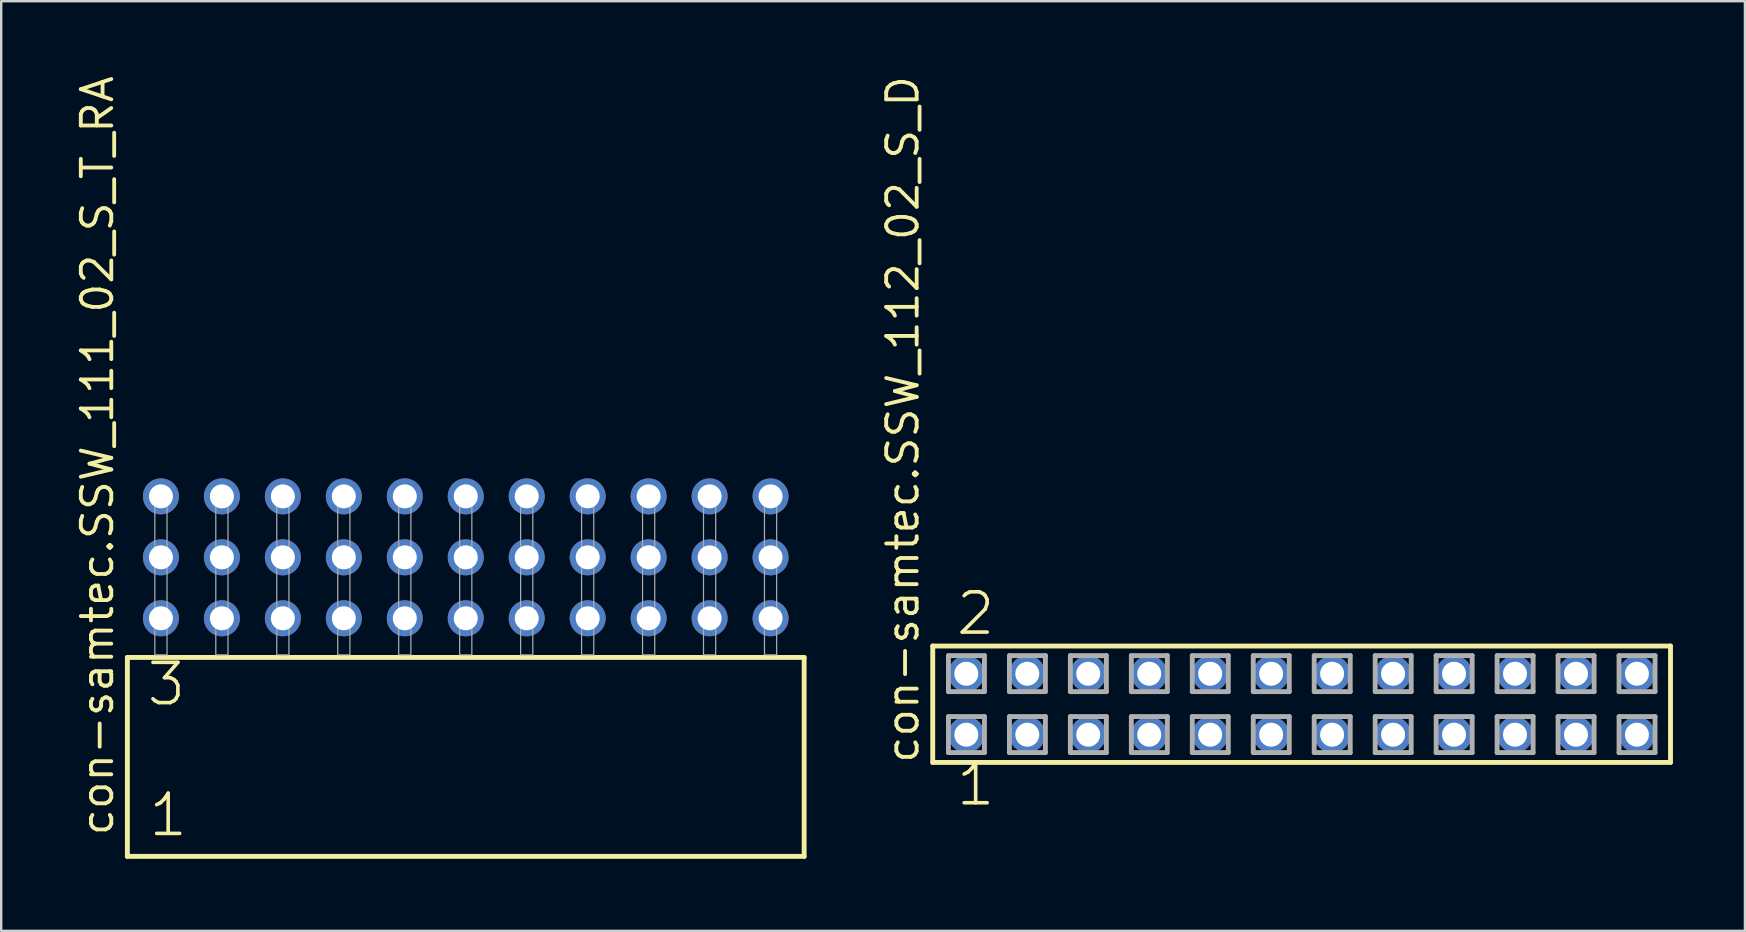
<source format=kicad_pcb>
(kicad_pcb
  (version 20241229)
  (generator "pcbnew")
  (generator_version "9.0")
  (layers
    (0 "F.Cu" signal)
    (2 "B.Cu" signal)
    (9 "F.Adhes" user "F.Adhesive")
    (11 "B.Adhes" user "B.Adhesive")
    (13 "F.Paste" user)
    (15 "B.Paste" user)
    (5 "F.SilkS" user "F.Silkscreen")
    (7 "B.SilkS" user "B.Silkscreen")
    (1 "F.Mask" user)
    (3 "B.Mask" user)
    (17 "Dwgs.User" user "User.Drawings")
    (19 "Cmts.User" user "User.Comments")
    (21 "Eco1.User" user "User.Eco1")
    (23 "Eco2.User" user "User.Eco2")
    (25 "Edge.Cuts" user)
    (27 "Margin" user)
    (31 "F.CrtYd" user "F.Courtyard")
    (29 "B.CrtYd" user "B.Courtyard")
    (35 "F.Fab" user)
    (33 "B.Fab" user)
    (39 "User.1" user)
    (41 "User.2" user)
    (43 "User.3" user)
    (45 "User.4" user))
  (footprint "con-samtec.SSW_111_02_S_T_RA"
    (layer "F.Cu")
    (at 16.355 24.235)
    (property "Reference" "con-samtec.SSW_111_02_S_T_RA" (at -14.605 7.62 90) (layer "F.SilkS") (effects (font (size 1.27 1.27) (thickness 0.16)) (justify left bottom)))
    (attr through_hole)
    (fp_line (start -14.099 0.106) (end -14.099 8.396) (stroke (width 0.203) (type default)) (layer "F.SilkS"))
    (fp_line (start -14.099 8.396) (end 14.099 8.396) (stroke (width 0.203) (type default)) (layer "F.SilkS"))
    (fp_line (start 14.099 0.106) (end -14.099 0.106) (stroke (width 0.203) (type default)) (layer "F.SilkS"))
    (fp_line (start 14.099 8.396) (end 14.099 0.106) (stroke (width 0.203) (type default)) (layer "F.SilkS"))
    (fp_rect (start -12.954 0) (end -12.446 -6.858) (stroke (width 0.05) (type default)) (fill no) (layer "F.Fab"))
    (fp_rect (start -10.414 0) (end -9.906 -6.858) (stroke (width 0.05) (type default)) (fill no) (layer "F.Fab"))
    (fp_rect (start -7.874 0) (end -7.366 -6.858) (stroke (width 0.05) (type default)) (fill no) (layer "F.Fab"))
    (fp_rect (start -5.334 0) (end -4.826 -6.858) (stroke (width 0.05) (type default)) (fill no) (layer "F.Fab"))
    (fp_rect (start -2.794 0) (end -2.286 -6.858) (stroke (width 0.05) (type default)) (fill no) (layer "F.Fab"))
    (fp_rect (start -0.254 0) (end 0.254 -6.858) (stroke (width 0.05) (type default)) (fill no) (layer "F.Fab"))
    (fp_rect (start 2.286 0) (end 2.794 -6.858) (stroke (width 0.05) (type default)) (fill no) (layer "F.Fab"))
    (fp_rect (start 4.826 0) (end 5.334 -6.858) (stroke (width 0.05) (type default)) (fill no) (layer "F.Fab"))
    (fp_rect (start 7.366 0) (end 7.874 -6.858) (stroke (width 0.05) (type default)) (fill no) (layer "F.Fab"))
    (fp_rect (start 9.906 0) (end 10.414 -6.858) (stroke (width 0.05) (type default)) (fill no) (layer "F.Fab"))
    (fp_rect (start 12.446 0) (end 12.954 -6.858) (stroke (width 0.05) (type default)) (fill no) (layer "F.Fab"))
    (fp_text user "1" (at -13.295 7.65 0) (layer "F.SilkS") (effects (font (size 1.676 1.676) (thickness 0.15)) (justify left bottom)))
    (fp_text user "3" (at -13.37 2.2 0) (layer "F.SilkS") (effects (font (size 1.676 1.676) (thickness 0.15)) (justify left bottom)))
    (pad "1" thru_hole circle (at -12.7 -1.524) (size 1.5 1.5) (drill 1) (layers "*.Cu" "*.Mask"))
    (pad "2" thru_hole circle (at -12.7 -4.064) (size 1.5 1.5) (drill 1) (layers "*.Cu" "*.Mask"))
    (pad "3" thru_hole circle (at -12.7 -6.604) (size 1.5 1.5) (drill 1) (layers "*.Cu" "*.Mask"))
    (pad "4" thru_hole circle (at -10.16 -1.524) (size 1.5 1.5) (drill 1) (layers "*.Cu" "*.Mask"))
    (pad "5" thru_hole circle (at -10.16 -4.064) (size 1.5 1.5) (drill 1) (layers "*.Cu" "*.Mask"))
    (pad "6" thru_hole circle (at -10.16 -6.604) (size 1.5 1.5) (drill 1) (layers "*.Cu" "*.Mask"))
    (pad "7" thru_hole circle (at -7.62 -1.524) (size 1.5 1.5) (drill 1) (layers "*.Cu" "*.Mask"))
    (pad "8" thru_hole circle (at -7.62 -4.064) (size 1.5 1.5) (drill 1) (layers "*.Cu" "*.Mask"))
    (pad "9" thru_hole circle (at -7.62 -6.604) (size 1.5 1.5) (drill 1) (layers "*.Cu" "*.Mask"))
    (pad "10" thru_hole circle (at -5.08 -1.524) (size 1.5 1.5) (drill 1) (layers "*.Cu" "*.Mask"))
    (pad "11" thru_hole circle (at -5.08 -4.064) (size 1.5 1.5) (drill 1) (layers "*.Cu" "*.Mask"))
    (pad "12" thru_hole circle (at -5.08 -6.604) (size 1.5 1.5) (drill 1) (layers "*.Cu" "*.Mask"))
    (pad "13" thru_hole circle (at -2.54 -1.524) (size 1.5 1.5) (drill 1) (layers "*.Cu" "*.Mask"))
    (pad "14" thru_hole circle (at -2.54 -4.064) (size 1.5 1.5) (drill 1) (layers "*.Cu" "*.Mask"))
    (pad "15" thru_hole circle (at -2.54 -6.604) (size 1.5 1.5) (drill 1) (layers "*.Cu" "*.Mask"))
    (pad "16" thru_hole circle (at 0 -1.524) (size 1.5 1.5) (drill 1) (layers "*.Cu" "*.Mask"))
    (pad "17" thru_hole circle (at 0 -4.064) (size 1.5 1.5) (drill 1) (layers "*.Cu" "*.Mask"))
    (pad "18" thru_hole circle (at 0 -6.604) (size 1.5 1.5) (drill 1) (layers "*.Cu" "*.Mask"))
    (pad "19" thru_hole circle (at 2.54 -1.524) (size 1.5 1.5) (drill 1) (layers "*.Cu" "*.Mask"))
    (pad "20" thru_hole circle (at 2.54 -4.064) (size 1.5 1.5) (drill 1) (layers "*.Cu" "*.Mask"))
    (pad "21" thru_hole circle (at 2.54 -6.604) (size 1.5 1.5) (drill 1) (layers "*.Cu" "*.Mask"))
    (pad "22" thru_hole circle (at 5.08 -1.524) (size 1.5 1.5) (drill 1) (layers "*.Cu" "*.Mask"))
    (pad "23" thru_hole circle (at 5.08 -4.064) (size 1.5 1.5) (drill 1) (layers "*.Cu" "*.Mask"))
    (pad "24" thru_hole circle (at 5.08 -6.604) (size 1.5 1.5) (drill 1) (layers "*.Cu" "*.Mask"))
    (pad "25" thru_hole circle (at 7.62 -1.524) (size 1.5 1.5) (drill 1) (layers "*.Cu" "*.Mask"))
    (pad "26" thru_hole circle (at 7.62 -4.064) (size 1.5 1.5) (drill 1) (layers "*.Cu" "*.Mask"))
    (pad "27" thru_hole circle (at 7.62 -6.604) (size 1.5 1.5) (drill 1) (layers "*.Cu" "*.Mask"))
    (pad "28" thru_hole circle (at 10.16 -1.524) (size 1.5 1.5) (drill 1) (layers "*.Cu" "*.Mask"))
    (pad "29" thru_hole circle (at 10.16 -4.064) (size 1.5 1.5) (drill 1) (layers "*.Cu" "*.Mask"))
    (pad "30" thru_hole circle (at 10.16 -6.604) (size 1.5 1.5) (drill 1) (layers "*.Cu" "*.Mask"))
    (pad "31" thru_hole circle (at 12.7 -1.524) (size 1.5 1.5) (drill 1) (layers "*.Cu" "*.Mask"))
    (pad "32" thru_hole circle (at 12.7 -4.064) (size 1.5 1.5) (drill 1) (layers "*.Cu" "*.Mask"))
    (pad "33" thru_hole circle (at 12.7 -6.604) (size 1.5 1.5) (drill 1) (layers "*.Cu" "*.Mask")))
  (footprint "con-samtec.SSW_112_02_S_D"
    (layer "F.Cu")
    (at 51.181 26.291)
    (property "Reference" "con-samtec.SSW_112_02_S_D" (at -15.875 2.54 90) (layer "F.SilkS") (effects (font (size 1.27 1.27) (thickness 0.16)) (justify left bottom)))
    (attr through_hole)
    (fp_line (start -15.369 -2.425) (end 15.369 -2.425) (stroke (width 0.203) (type default)) (layer "F.SilkS"))
    (fp_line (start -15.369 2.425) (end -15.369 -2.425) (stroke (width 0.203) (type default)) (layer "F.SilkS"))
    (fp_line (start 15.369 -2.425) (end 15.369 2.425) (stroke (width 0.203) (type default)) (layer "F.SilkS"))
    (fp_line (start 15.369 2.425) (end -15.369 2.425) (stroke (width 0.203) (type default)) (layer "F.SilkS"))
    (fp_line (start -14.715 -2.025) (end -13.215 -2.025) (stroke (width 0.203) (type default)) (layer "F.Fab"))
    (fp_line (start -14.715 -0.525) (end -14.715 -2.025) (stroke (width 0.203) (type default)) (layer "F.Fab"))
    (fp_line (start -14.715 0.515) (end -13.215 0.515) (stroke (width 0.203) (type default)) (layer "F.Fab"))
    (fp_line (start -14.715 2.015) (end -14.715 0.515) (stroke (width 0.203) (type default)) (layer "F.Fab"))
    (fp_line (start -13.215 -2.025) (end -13.215 -0.525) (stroke (width 0.203) (type default)) (layer "F.Fab"))
    (fp_line (start -13.215 -0.525) (end -14.715 -0.525) (stroke (width 0.203) (type default)) (layer "F.Fab"))
    (fp_line (start -13.215 0.515) (end -13.215 2.015) (stroke (width 0.203) (type default)) (layer "F.Fab"))
    (fp_line (start -13.215 2.015) (end -14.715 2.015) (stroke (width 0.203) (type default)) (layer "F.Fab"))
    (fp_line (start -12.175 -2.025) (end -10.675 -2.025) (stroke (width 0.203) (type default)) (layer "F.Fab"))
    (fp_line (start -12.175 -0.525) (end -12.175 -2.025) (stroke (width 0.203) (type default)) (layer "F.Fab"))
    (fp_line (start -12.175 0.515) (end -10.675 0.515) (stroke (width 0.203) (type default)) (layer "F.Fab"))
    (fp_line (start -12.175 2.015) (end -12.175 0.515) (stroke (width 0.203) (type default)) (layer "F.Fab"))
    (fp_line (start -10.675 -2.025) (end -10.675 -0.525) (stroke (width 0.203) (type default)) (layer "F.Fab"))
    (fp_line (start -10.675 -0.525) (end -12.175 -0.525) (stroke (width 0.203) (type default)) (layer "F.Fab"))
    (fp_line (start -10.675 0.515) (end -10.675 2.015) (stroke (width 0.203) (type default)) (layer "F.Fab"))
    (fp_line (start -10.675 2.015) (end -12.175 2.015) (stroke (width 0.203) (type default)) (layer "F.Fab"))
    (fp_line (start -9.635 -2.025) (end -8.135 -2.025) (stroke (width 0.203) (type default)) (layer "F.Fab"))
    (fp_line (start -9.635 -0.525) (end -9.635 -2.025) (stroke (width 0.203) (type default)) (layer "F.Fab"))
    (fp_line (start -9.635 0.515) (end -8.135 0.515) (stroke (width 0.203) (type default)) (layer "F.Fab"))
    (fp_line (start -9.635 2.015) (end -9.635 0.515) (stroke (width 0.203) (type default)) (layer "F.Fab"))
    (fp_line (start -8.135 -2.025) (end -8.135 -0.525) (stroke (width 0.203) (type default)) (layer "F.Fab"))
    (fp_line (start -8.135 -0.525) (end -9.635 -0.525) (stroke (width 0.203) (type default)) (layer "F.Fab"))
    (fp_line (start -8.135 0.515) (end -8.135 2.015) (stroke (width 0.203) (type default)) (layer "F.Fab"))
    (fp_line (start -8.135 2.015) (end -9.635 2.015) (stroke (width 0.203) (type default)) (layer "F.Fab"))
    (fp_line (start -7.095 -2.025) (end -5.595 -2.025) (stroke (width 0.203) (type default)) (layer "F.Fab"))
    (fp_line (start -7.095 -0.525) (end -7.095 -2.025) (stroke (width 0.203) (type default)) (layer "F.Fab"))
    (fp_line (start -7.095 0.515) (end -5.595 0.515) (stroke (width 0.203) (type default)) (layer "F.Fab"))
    (fp_line (start -7.095 2.015) (end -7.095 0.515) (stroke (width 0.203) (type default)) (layer "F.Fab"))
    (fp_line (start -5.595 -2.025) (end -5.595 -0.525) (stroke (width 0.203) (type default)) (layer "F.Fab"))
    (fp_line (start -5.595 -0.525) (end -7.095 -0.525) (stroke (width 0.203) (type default)) (layer "F.Fab"))
    (fp_line (start -5.595 0.515) (end -5.595 2.015) (stroke (width 0.203) (type default)) (layer "F.Fab"))
    (fp_line (start -5.595 2.015) (end -7.095 2.015) (stroke (width 0.203) (type default)) (layer "F.Fab"))
    (fp_line (start -4.555 -2.025) (end -3.055 -2.025) (stroke (width 0.203) (type default)) (layer "F.Fab"))
    (fp_line (start -4.555 -0.525) (end -4.555 -2.025) (stroke (width 0.203) (type default)) (layer "F.Fab"))
    (fp_line (start -4.555 0.515) (end -3.055 0.515) (stroke (width 0.203) (type default)) (layer "F.Fab"))
    (fp_line (start -4.555 2.015) (end -4.555 0.515) (stroke (width 0.203) (type default)) (layer "F.Fab"))
    (fp_line (start -3.055 -2.025) (end -3.055 -0.525) (stroke (width 0.203) (type default)) (layer "F.Fab"))
    (fp_line (start -3.055 -0.525) (end -4.555 -0.525) (stroke (width 0.203) (type default)) (layer "F.Fab"))
    (fp_line (start -3.055 0.515) (end -3.055 2.015) (stroke (width 0.203) (type default)) (layer "F.Fab"))
    (fp_line (start -3.055 2.015) (end -4.555 2.015) (stroke (width 0.203) (type default)) (layer "F.Fab"))
    (fp_line (start -2.015 -2.025) (end -0.515 -2.025) (stroke (width 0.203) (type default)) (layer "F.Fab"))
    (fp_line (start -2.015 -0.525) (end -2.015 -2.025) (stroke (width 0.203) (type default)) (layer "F.Fab"))
    (fp_line (start -2.015 0.515) (end -0.515 0.515) (stroke (width 0.203) (type default)) (layer "F.Fab"))
    (fp_line (start -2.015 2.015) (end -2.015 0.515) (stroke (width 0.203) (type default)) (layer "F.Fab"))
    (fp_line (start -0.515 -2.025) (end -0.515 -0.525) (stroke (width 0.203) (type default)) (layer "F.Fab"))
    (fp_line (start -0.515 -0.525) (end -2.015 -0.525) (stroke (width 0.203) (type default)) (layer "F.Fab"))
    (fp_line (start -0.515 0.515) (end -0.515 2.015) (stroke (width 0.203) (type default)) (layer "F.Fab"))
    (fp_line (start -0.515 2.015) (end -2.015 2.015) (stroke (width 0.203) (type default)) (layer "F.Fab"))
    (fp_line (start 0.525 -2.025) (end 2.025 -2.025) (stroke (width 0.203) (type default)) (layer "F.Fab"))
    (fp_line (start 0.525 -0.525) (end 0.525 -2.025) (stroke (width 0.203) (type default)) (layer "F.Fab"))
    (fp_line (start 0.525 0.515) (end 2.025 0.515) (stroke (width 0.203) (type default)) (layer "F.Fab"))
    (fp_line (start 0.525 2.015) (end 0.525 0.515) (stroke (width 0.203) (type default)) (layer "F.Fab"))
    (fp_line (start 2.025 -2.025) (end 2.025 -0.525) (stroke (width 0.203) (type default)) (layer "F.Fab"))
    (fp_line (start 2.025 -0.525) (end 0.525 -0.525) (stroke (width 0.203) (type default)) (layer "F.Fab"))
    (fp_line (start 2.025 0.515) (end 2.025 2.015) (stroke (width 0.203) (type default)) (layer "F.Fab"))
    (fp_line (start 2.025 2.015) (end 0.525 2.015) (stroke (width 0.203) (type default)) (layer "F.Fab"))
    (fp_line (start 3.065 -2.025) (end 4.565 -2.025) (stroke (width 0.203) (type default)) (layer "F.Fab"))
    (fp_line (start 3.065 -0.525) (end 3.065 -2.025) (stroke (width 0.203) (type default)) (layer "F.Fab"))
    (fp_line (start 3.065 0.515) (end 4.565 0.515) (stroke (width 0.203) (type default)) (layer "F.Fab"))
    (fp_line (start 3.065 2.015) (end 3.065 0.515) (stroke (width 0.203) (type default)) (layer "F.Fab"))
    (fp_line (start 4.565 -2.025) (end 4.565 -0.525) (stroke (width 0.203) (type default)) (layer "F.Fab"))
    (fp_line (start 4.565 -0.525) (end 3.065 -0.525) (stroke (width 0.203) (type default)) (layer "F.Fab"))
    (fp_line (start 4.565 0.515) (end 4.565 2.015) (stroke (width 0.203) (type default)) (layer "F.Fab"))
    (fp_line (start 4.565 2.015) (end 3.065 2.015) (stroke (width 0.203) (type default)) (layer "F.Fab"))
    (fp_line (start 5.605 -2.025) (end 7.105 -2.025) (stroke (width 0.203) (type default)) (layer "F.Fab"))
    (fp_line (start 5.605 -0.525) (end 5.605 -2.025) (stroke (width 0.203) (type default)) (layer "F.Fab"))
    (fp_line (start 5.605 0.515) (end 7.105 0.515) (stroke (width 0.203) (type default)) (layer "F.Fab"))
    (fp_line (start 5.605 2.015) (end 5.605 0.515) (stroke (width 0.203) (type default)) (layer "F.Fab"))
    (fp_line (start 7.105 -2.025) (end 7.105 -0.525) (stroke (width 0.203) (type default)) (layer "F.Fab"))
    (fp_line (start 7.105 -0.525) (end 5.605 -0.525) (stroke (width 0.203) (type default)) (layer "F.Fab"))
    (fp_line (start 7.105 0.515) (end 7.105 2.015) (stroke (width 0.203) (type default)) (layer "F.Fab"))
    (fp_line (start 7.105 2.015) (end 5.605 2.015) (stroke (width 0.203) (type default)) (layer "F.Fab"))
    (fp_line (start 8.145 -2.025) (end 9.645 -2.025) (stroke (width 0.203) (type default)) (layer "F.Fab"))
    (fp_line (start 8.145 -0.525) (end 8.145 -2.025) (stroke (width 0.203) (type default)) (layer "F.Fab"))
    (fp_line (start 8.145 0.515) (end 9.645 0.515) (stroke (width 0.203) (type default)) (layer "F.Fab"))
    (fp_line (start 8.145 2.015) (end 8.145 0.515) (stroke (width 0.203) (type default)) (layer "F.Fab"))
    (fp_line (start 9.645 -2.025) (end 9.645 -0.525) (stroke (width 0.203) (type default)) (layer "F.Fab"))
    (fp_line (start 9.645 -0.525) (end 8.145 -0.525) (stroke (width 0.203) (type default)) (layer "F.Fab"))
    (fp_line (start 9.645 0.515) (end 9.645 2.015) (stroke (width 0.203) (type default)) (layer "F.Fab"))
    (fp_line (start 9.645 2.015) (end 8.145 2.015) (stroke (width 0.203) (type default)) (layer "F.Fab"))
    (fp_line (start 10.685 -2.025) (end 12.185 -2.025) (stroke (width 0.203) (type default)) (layer "F.Fab"))
    (fp_line (start 10.685 -0.525) (end 10.685 -2.025) (stroke (width 0.203) (type default)) (layer "F.Fab"))
    (fp_line (start 10.685 0.515) (end 12.185 0.515) (stroke (width 0.203) (type default)) (layer "F.Fab"))
    (fp_line (start 10.685 2.015) (end 10.685 0.515) (stroke (width 0.203) (type default)) (layer "F.Fab"))
    (fp_line (start 12.185 -2.025) (end 12.185 -0.525) (stroke (width 0.203) (type default)) (layer "F.Fab"))
    (fp_line (start 12.185 -0.525) (end 10.685 -0.525) (stroke (width 0.203) (type default)) (layer "F.Fab"))
    (fp_line (start 12.185 0.515) (end 12.185 2.015) (stroke (width 0.203) (type default)) (layer "F.Fab"))
    (fp_line (start 12.185 2.015) (end 10.685 2.015) (stroke (width 0.203) (type default)) (layer "F.Fab"))
    (fp_line (start 13.225 -2.025) (end 14.725 -2.025) (stroke (width 0.203) (type default)) (layer "F.Fab"))
    (fp_line (start 13.225 -0.525) (end 13.225 -2.025) (stroke (width 0.203) (type default)) (layer "F.Fab"))
    (fp_line (start 13.225 0.515) (end 14.725 0.515) (stroke (width 0.203) (type default)) (layer "F.Fab"))
    (fp_line (start 13.225 2.015) (end 13.225 0.515) (stroke (width 0.203) (type default)) (layer "F.Fab"))
    (fp_line (start 14.725 -2.025) (end 14.725 -0.525) (stroke (width 0.203) (type default)) (layer "F.Fab"))
    (fp_line (start 14.725 -0.525) (end 13.225 -0.525) (stroke (width 0.203) (type default)) (layer "F.Fab"))
    (fp_line (start 14.725 0.515) (end 14.725 2.015) (stroke (width 0.203) (type default)) (layer "F.Fab"))
    (fp_line (start 14.725 2.015) (end 13.225 2.015) (stroke (width 0.203) (type default)) (layer "F.Fab"))
    (fp_text user "1" (at -14.478 4.318 0) (layer "F.SilkS") (effects (font (size 1.676 1.676) (thickness 0.15)) (justify left bottom)))
    (fp_text user "2" (at -14.478 -2.794 0) (layer "F.SilkS") (effects (font (size 1.676 1.676) (thickness 0.15)) (justify left bottom)))
    (pad "1" thru_hole circle (at -13.97 1.27) (size 1.5 1.5) (drill 1) (layers "*.Cu" "*.Mask"))
    (pad "2" thru_hole circle (at -13.97 -1.27) (size 1.5 1.5) (drill 1) (layers "*.Cu" "*.Mask"))
    (pad "3" thru_hole circle (at -11.43 1.27) (size 1.5 1.5) (drill 1) (layers "*.Cu" "*.Mask"))
    (pad "4" thru_hole circle (at -11.43 -1.27) (size 1.5 1.5) (drill 1) (layers "*.Cu" "*.Mask"))
    (pad "5" thru_hole circle (at -8.89 1.27) (size 1.5 1.5) (drill 1) (layers "*.Cu" "*.Mask"))
    (pad "6" thru_hole circle (at -8.89 -1.27) (size 1.5 1.5) (drill 1) (layers "*.Cu" "*.Mask"))
    (pad "7" thru_hole circle (at -6.35 1.27) (size 1.5 1.5) (drill 1) (layers "*.Cu" "*.Mask"))
    (pad "8" thru_hole circle (at -6.35 -1.27) (size 1.5 1.5) (drill 1) (layers "*.Cu" "*.Mask"))
    (pad "9" thru_hole circle (at -3.81 1.27) (size 1.5 1.5) (drill 1) (layers "*.Cu" "*.Mask"))
    (pad "10" thru_hole circle (at -3.81 -1.27) (size 1.5 1.5) (drill 1) (layers "*.Cu" "*.Mask"))
    (pad "11" thru_hole circle (at -1.27 1.27) (size 1.5 1.5) (drill 1) (layers "*.Cu" "*.Mask"))
    (pad "12" thru_hole circle (at -1.27 -1.27) (size 1.5 1.5) (drill 1) (layers "*.Cu" "*.Mask"))
    (pad "13" thru_hole circle (at 1.27 1.27) (size 1.5 1.5) (drill 1) (layers "*.Cu" "*.Mask"))
    (pad "14" thru_hole circle (at 1.27 -1.27) (size 1.5 1.5) (drill 1) (layers "*.Cu" "*.Mask"))
    (pad "15" thru_hole circle (at 3.81 1.27) (size 1.5 1.5) (drill 1) (layers "*.Cu" "*.Mask"))
    (pad "16" thru_hole circle (at 3.81 -1.27) (size 1.5 1.5) (drill 1) (layers "*.Cu" "*.Mask"))
    (pad "17" thru_hole circle (at 6.35 1.27) (size 1.5 1.5) (drill 1) (layers "*.Cu" "*.Mask"))
    (pad "18" thru_hole circle (at 6.35 -1.27) (size 1.5 1.5) (drill 1) (layers "*.Cu" "*.Mask"))
    (pad "19" thru_hole circle (at 8.89 1.27) (size 1.5 1.5) (drill 1) (layers "*.Cu" "*.Mask"))
    (pad "20" thru_hole circle (at 8.89 -1.27) (size 1.5 1.5) (drill 1) (layers "*.Cu" "*.Mask"))
    (pad "21" thru_hole circle (at 11.43 1.27) (size 1.5 1.5) (drill 1) (layers "*.Cu" "*.Mask"))
    (pad "22" thru_hole circle (at 11.43 -1.27) (size 1.5 1.5) (drill 1) (layers "*.Cu" "*.Mask"))
    (pad "23" thru_hole circle (at 13.97 1.27) (size 1.5 1.5) (drill 1) (layers "*.Cu" "*.Mask"))
    (pad "24" thru_hole circle (at 13.97 -1.27) (size 1.5 1.5) (drill 1) (layers "*.Cu" "*.Mask")))
  (gr_rect
    (start -3 -3)
    (end 69.651 35.733)
    (stroke (width 0.1) (type default))
    (fill no)
    (layer "Edge.Cuts")))
</source>
